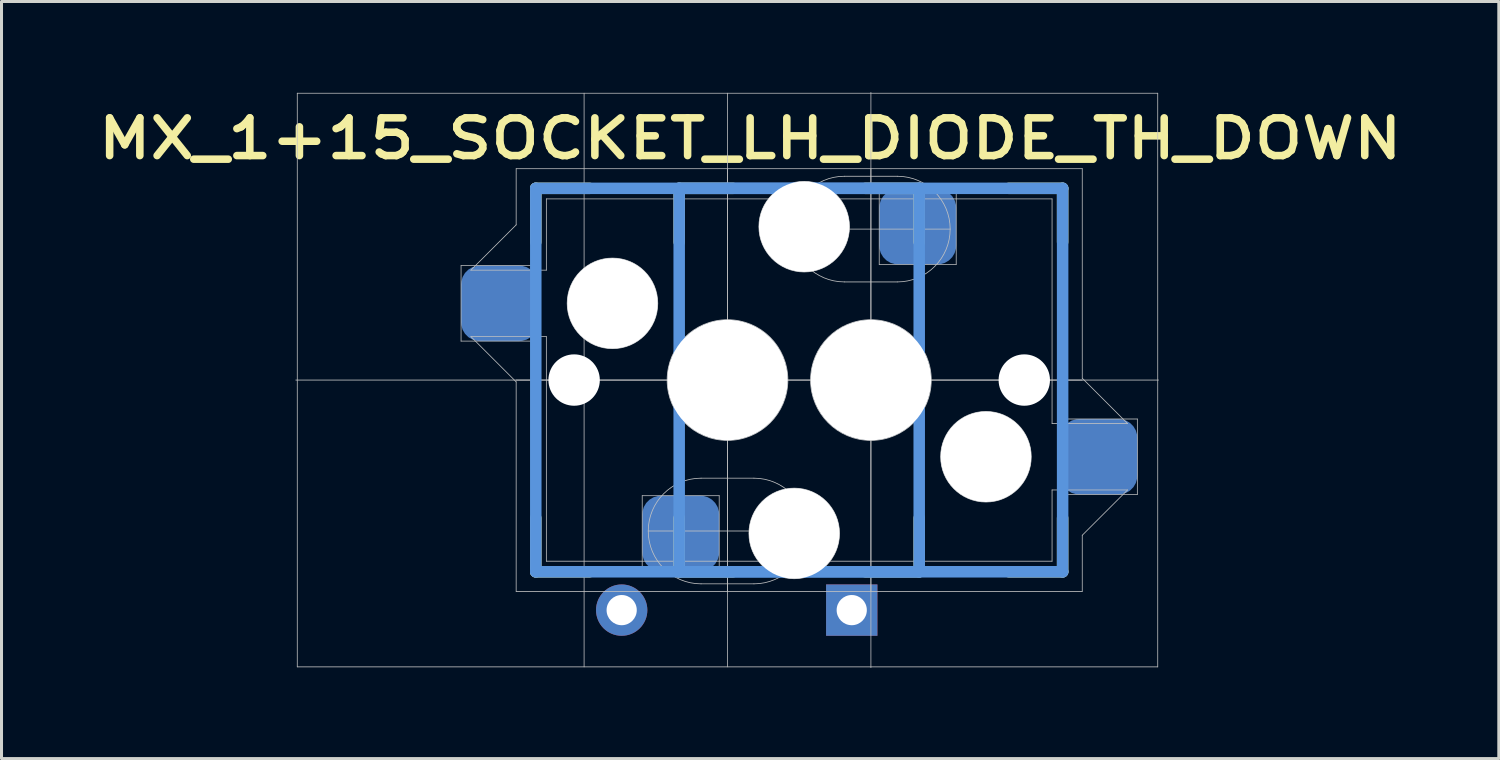
<source format=kicad_pcb>
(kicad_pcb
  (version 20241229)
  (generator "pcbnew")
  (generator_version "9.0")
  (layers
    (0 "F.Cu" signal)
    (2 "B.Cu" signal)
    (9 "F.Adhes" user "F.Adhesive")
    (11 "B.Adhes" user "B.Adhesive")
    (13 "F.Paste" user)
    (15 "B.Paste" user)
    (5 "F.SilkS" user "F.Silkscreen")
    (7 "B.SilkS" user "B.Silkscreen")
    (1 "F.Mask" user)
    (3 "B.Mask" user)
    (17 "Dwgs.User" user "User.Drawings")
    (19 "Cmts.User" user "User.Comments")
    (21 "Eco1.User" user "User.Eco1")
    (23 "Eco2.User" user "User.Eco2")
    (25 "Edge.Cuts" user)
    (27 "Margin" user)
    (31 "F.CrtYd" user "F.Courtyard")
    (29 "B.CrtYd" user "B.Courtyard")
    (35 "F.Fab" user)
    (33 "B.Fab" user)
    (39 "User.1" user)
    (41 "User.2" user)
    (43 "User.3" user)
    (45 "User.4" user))
  (footprint "MX_1+15_SOCKET_LH_DIODE_TH_DOWN"
    (layer "F.Cu")
    (at 25.796 9.538)
    (property "Reference" "MX_1+15_SOCKET_LH_DIODE_TH_DOWN" (at -4 -8 180) (layer "F.SilkS") (effects (font (size 1.25 1.5) (thickness 0.25))))
    (attr through_hole)
    (fp_line (start -11.1 -6.35) (end -9.322 -6.35) (stroke (width 0.381) (type solid)) (layer "F.SilkS"))
    (fp_line (start -11.1 -4.572) (end -11.1 -6.35) (stroke (width 0.381) (type solid)) (layer "F.SilkS"))
    (fp_line (start -11.1 6.35) (end -11.1 4.572) (stroke (width 0.381) (type solid)) (layer "F.SilkS"))
    (fp_line (start -9.322 6.35) (end -11.1 6.35) (stroke (width 0.381) (type solid)) (layer "F.SilkS"))
    (fp_line (start -6.35 -6.35) (end -4.572 -6.35) (stroke (width 0.381) (type solid)) (layer "F.SilkS"))
    (fp_line (start -6.35 -4.572) (end -6.35 -6.35) (stroke (width 0.381) (type solid)) (layer "F.SilkS"))
    (fp_line (start -6.35 6.35) (end -6.35 4.572) (stroke (width 0.381) (type solid)) (layer "F.SilkS"))
    (fp_line (start -4.572 6.35) (end -6.35 6.35) (stroke (width 0.381) (type solid)) (layer "F.SilkS"))
    (fp_line (start -0.178 -6.35) (end 1.6 -6.35) (stroke (width 0.381) (type solid)) (layer "F.SilkS"))
    (fp_line (start 1.6 -6.35) (end 1.6 -4.572) (stroke (width 0.381) (type solid)) (layer "F.SilkS"))
    (fp_line (start 1.6 4.572) (end 1.6 6.35) (stroke (width 0.381) (type solid)) (layer "F.SilkS"))
    (fp_line (start 1.6 6.35) (end -0.178 6.35) (stroke (width 0.381) (type solid)) (layer "F.SilkS"))
    (fp_line (start 4.572 -6.35) (end 6.35 -6.35) (stroke (width 0.381) (type solid)) (layer "F.SilkS"))
    (fp_line (start 6.35 -6.35) (end 6.35 -4.572) (stroke (width 0.381) (type solid)) (layer "F.SilkS"))
    (fp_line (start 6.35 4.572) (end 6.35 6.35) (stroke (width 0.381) (type solid)) (layer "F.SilkS"))
    (fp_line (start 6.35 6.35) (end 4.572 6.35) (stroke (width 0.381) (type solid)) (layer "F.SilkS"))
    (fp_line (start -19 -9.5) (end -19 9.5) (stroke (width 0.025) (type solid)) (layer "Dwgs.User"))
    (fp_line (start -19 9.5) (end 9.5 9.5) (stroke (width 0.025) (type solid)) (layer "Dwgs.User"))
    (fp_line (start -13.575 -3.79) (end -13.575 -1.29) (stroke (width 0.025) (type solid)) (layer "Dwgs.User"))
    (fp_line (start -13.575 -1.29) (end -11.025 -1.29) (stroke (width 0.025) (type solid)) (layer "Dwgs.User"))
    (fp_line (start -13.25 -3.64) (end -11.75 -5.14) (stroke (width 0.025) (type solid)) (layer "Dwgs.User"))
    (fp_line (start -13.25 -3.64) (end -10.75 -3.64) (stroke (width 0.025) (type solid)) (layer "Dwgs.User"))
    (fp_line (start -11.75 -5.14) (end -11.75 -7) (stroke (width 0.025) (type solid)) (layer "Dwgs.User"))
    (fp_line (start -11.75 0.06) (end -13.25 -1.44) (stroke (width 0.025) (type solid)) (layer "Dwgs.User"))
    (fp_line (start -11.75 7) (end -11.75 0.06) (stroke (width 0.025) (type solid)) (layer "Dwgs.User"))
    (fp_line (start -11.75 7) (end 7 7) (stroke (width 0.025) (type solid)) (layer "Dwgs.User"))
    (fp_line (start -11.025 -3.79) (end -13.575 -3.79) (stroke (width 0.025) (type solid)) (layer "Dwgs.User"))
    (fp_line (start -11.025 -1.29) (end -11.025 -3.79) (stroke (width 0.025) (type solid)) (layer "Dwgs.User"))
    (fp_line (start -10.75 -3.64) (end -10.75 -6) (stroke (width 0.025) (type solid)) (layer "Dwgs.User"))
    (fp_line (start -10.75 -1.44) (end -13.25 -1.44) (stroke (width 0.025) (type solid)) (layer "Dwgs.User"))
    (fp_line (start -10.75 6) (end -10.75 -1.44) (stroke (width 0.025) (type solid)) (layer "Dwgs.User"))
    (fp_line (start -9.5 -9.5) (end -9.5 9.5) (stroke (width 0.025) (type solid)) (layer "Dwgs.User"))
    (fp_line (start -7.575 3.83) (end -7.575 6.33) (stroke (width 0.025) (type solid)) (layer "Dwgs.User"))
    (fp_line (start -7.575 6.33) (end -5.025 6.33) (stroke (width 0.025) (type solid)) (layer "Dwgs.User"))
    (fp_line (start -5.025 3.83) (end -7.575 3.83) (stroke (width 0.025) (type solid)) (layer "Dwgs.User"))
    (fp_line (start -5.025 6.33) (end -5.025 3.83) (stroke (width 0.025) (type solid)) (layer "Dwgs.User"))
    (fp_line (start -4.75 -9.5) (end -4.75 9.5) (stroke (width 0.025) (type solid)) (layer "Dwgs.User"))
    (fp_line (start -4.75 7) (end -4.75 -7) (stroke (width 0.025) (type solid)) (layer "Dwgs.User"))
    (fp_line (start -3.875 3.25) (end -5.625 3.25) (stroke (width 0.025) (type solid)) (layer "Dwgs.User"))
    (fp_line (start -3.875 6.75) (end -5.625 6.75) (stroke (width 0.025) (type solid)) (layer "Dwgs.User"))
    (fp_line (start -2.625 -5) (end 2.625 -5) (stroke (width 0.025) (type solid)) (layer "Dwgs.User"))
    (fp_line (start -2.125 5) (end -7.375 5) (stroke (width 0.025) (type solid)) (layer "Dwgs.User"))
    (fp_line (start -0.875 -6.75) (end 0.875 -6.75) (stroke (width 0.025) (type solid)) (layer "Dwgs.User"))
    (fp_line (start -0.875 -3.25) (end 0.875 -3.25) (stroke (width 0.025) (type solid)) (layer "Dwgs.User"))
    (fp_line (start 0 -9.525) (end 0 9.525) (stroke (width 0.025) (type solid)) (layer "Dwgs.User"))
    (fp_line (start 0 7) (end 0 -7) (stroke (width 0.025) (type solid)) (layer "Dwgs.User"))
    (fp_line (start 0.275 -6.33) (end 0.275 -3.83) (stroke (width 0.025) (type solid)) (layer "Dwgs.User"))
    (fp_line (start 0.275 -3.83) (end 2.825 -3.83) (stroke (width 0.025) (type solid)) (layer "Dwgs.User"))
    (fp_line (start 2.825 -6.33) (end 0.275 -6.33) (stroke (width 0.025) (type solid)) (layer "Dwgs.User"))
    (fp_line (start 2.825 -3.83) (end 2.825 -6.33) (stroke (width 0.025) (type solid)) (layer "Dwgs.User"))
    (fp_line (start 6 -6) (end -10.75 -6) (stroke (width 0.025) (type solid)) (layer "Dwgs.User"))
    (fp_line (start 6 -6) (end 6 1.44) (stroke (width 0.025) (type solid)) (layer "Dwgs.User"))
    (fp_line (start 6 1.44) (end 8.5 1.44) (stroke (width 0.025) (type solid)) (layer "Dwgs.User"))
    (fp_line (start 6 3.64) (end 6 6) (stroke (width 0.025) (type solid)) (layer "Dwgs.User"))
    (fp_line (start 6 6) (end -10.75 6) (stroke (width 0.025) (type solid)) (layer "Dwgs.User"))
    (fp_line (start 6.275 1.29) (end 6.275 3.79) (stroke (width 0.025) (type solid)) (layer "Dwgs.User"))
    (fp_line (start 6.275 3.79) (end 8.825 3.79) (stroke (width 0.025) (type solid)) (layer "Dwgs.User"))
    (fp_line (start 7 -7) (end -11.75 -7) (stroke (width 0.025) (type solid)) (layer "Dwgs.User"))
    (fp_line (start 7 -7) (end 7 -0.06) (stroke (width 0.025) (type solid)) (layer "Dwgs.User"))
    (fp_line (start 7 -0.06) (end 8.5 1.44) (stroke (width 0.025) (type solid)) (layer "Dwgs.User"))
    (fp_line (start 7 0) (end -11.75 0) (stroke (width 0.025) (type solid)) (layer "Dwgs.User"))
    (fp_line (start 7 5.14) (end 7 7) (stroke (width 0.025) (type solid)) (layer "Dwgs.User"))
    (fp_line (start 8.5 3.64) (end 6 3.64) (stroke (width 0.025) (type solid)) (layer "Dwgs.User"))
    (fp_line (start 8.5 3.64) (end 7 5.14) (stroke (width 0.025) (type solid)) (layer "Dwgs.User"))
    (fp_line (start 8.825 1.29) (end 6.275 1.29) (stroke (width 0.025) (type solid)) (layer "Dwgs.User"))
    (fp_line (start 8.825 3.79) (end 8.825 1.29) (stroke (width 0.025) (type solid)) (layer "Dwgs.User"))
    (fp_line (start 9.5 -9.5) (end -19 -9.5) (stroke (width 0.025) (type solid)) (layer "Dwgs.User"))
    (fp_line (start 9.5 9.5) (end 9.5 -9.5) (stroke (width 0.025) (type solid)) (layer "Dwgs.User"))
    (fp_line (start 9.525 0) (end -19.05 0) (stroke (width 0.025) (type solid)) (layer "Dwgs.User"))
    (fp_arc (start -5.625 6.75) (mid -7.375 5) (end -5.625 3.25) (stroke (width 0.0254) (type solid)) (layer "Dwgs.User"))
    (fp_arc (start -3.875 3.25) (mid -2.125 5) (end -3.875 6.75) (stroke (width 0.0254) (type solid)) (layer "Dwgs.User"))
    (fp_arc (start -0.875 -3.25) (mid -2.625 -5) (end -0.875 -6.75) (stroke (width 0.0254) (type solid)) (layer "Dwgs.User"))
    (fp_arc (start 0.875 -6.75) (mid 2.625 -5) (end 0.875 -3.25) (stroke (width 0.0254) (type solid)) (layer "Dwgs.User"))
    (fp_circle (center -8.56 -2.54) (end -8.56 -1.84) (stroke (width 0.025) (type solid)) (fill no) (layer "Dwgs.User"))
    (fp_circle (center -8.56 -2.54) (end -8.56 -1.44) (stroke (width 0.025) (type solid)) (fill no) (layer "Dwgs.User"))
    (fp_circle (center -8.56 -2.54) (end -8.56 -1.04) (stroke (width 0.025) (type solid)) (fill no) (layer "Dwgs.User"))
    (fp_circle (center -4.75 0) (end -4.75 2) (stroke (width 0.025) (type solid)) (fill no) (layer "Dwgs.User"))
    (fp_circle (center -2.54 5.08) (end -2.54 5.78) (stroke (width 0.025) (type solid)) (fill no) (layer "Dwgs.User"))
    (fp_circle (center -2.54 5.08) (end -2.54 6.18) (stroke (width 0.025) (type solid)) (fill no) (layer "Dwgs.User"))
    (fp_circle (center -2.54 5.08) (end -2.54 6.58) (stroke (width 0.025) (type solid)) (fill no) (layer "Dwgs.User"))
    (fp_circle (center -2.21 -5.08) (end -2.21 -4.38) (stroke (width 0.025) (type solid)) (fill no) (layer "Dwgs.User"))
    (fp_circle (center -2.21 -5.08) (end -2.21 -3.98) (stroke (width 0.025) (type solid)) (fill no) (layer "Dwgs.User"))
    (fp_circle (center -2.21 -5.08) (end -2.21 -3.58) (stroke (width 0.025) (type solid)) (fill no) (layer "Dwgs.User"))
    (fp_circle (center 0 0) (end 0 2) (stroke (width 0.025) (type solid)) (fill no) (layer "Dwgs.User"))
    (fp_circle (center 3.81 2.54) (end 3.81 3.24) (stroke (width 0.025) (type solid)) (fill no) (layer "Dwgs.User"))
    (fp_circle (center 3.81 2.54) (end 3.81 3.64) (stroke (width 0.025) (type solid)) (fill no) (layer "Dwgs.User"))
    (fp_circle (center 3.81 2.54) (end 3.81 4.04) (stroke (width 0.025) (type solid)) (fill no) (layer "Dwgs.User"))
    (fp_line (start -11.1 -6.35) (end 1.6 -6.35) (stroke (width 0.381) (type solid)) (layer "Cmts.User"))
    (fp_line (start -11.1 6.35) (end -11.1 -6.35) (stroke (width 0.381) (type solid)) (layer "Cmts.User"))
    (fp_line (start -6.35 -6.35) (end 6.35 -6.35) (stroke (width 0.381) (type solid)) (layer "Cmts.User"))
    (fp_line (start -6.35 6.35) (end -6.35 -6.35) (stroke (width 0.381) (type solid)) (layer "Cmts.User"))
    (fp_line (start 1.6 -6.35) (end 1.6 6.35) (stroke (width 0.381) (type solid)) (layer "Cmts.User"))
    (fp_line (start 1.6 6.35) (end -11.1 6.35) (stroke (width 0.381) (type solid)) (layer "Cmts.User"))
    (fp_line (start 6.35 -6.35) (end 6.35 6.35) (stroke (width 0.381) (type solid)) (layer "Cmts.User"))
    (fp_line (start 6.35 6.35) (end -6.35 6.35) (stroke (width 0.381) (type solid)) (layer "Cmts.User"))
    (fp_line (start -9.5 -9.5) (end 9.5 -9.5) (stroke (width 0.025) (type solid)) (layer "Eco2.User"))
    (fp_line (start -9.5 9.5) (end -9.5 -9.5) (stroke (width 0.025) (type solid)) (layer "Eco2.User"))
    (fp_line (start 9.5 -9.5) (end 9.5 9.5) (stroke (width 0.025) (type solid)) (layer "Eco2.User"))
    (fp_line (start 9.5 9.5) (end -9.5 9.5) (stroke (width 0.025) (type solid)) (layer "Eco2.User"))
    (pad "" np_thru_hole circle (at -9.83 0) (size 1.702 1.702) (drill 1.702) (layers "*.Cu" "*.Mask"))
    (pad "" np_thru_hole circle (at -8.56 -2.54) (size 3 3) (drill 3) (layers "*.Cu" "*.Mask"))
    (pad "" np_thru_hole circle (at -4.75 0) (size 3.988 3.988) (drill 3.988) (layers "*.Cu" "*.Mask"))
    (pad "" np_thru_hole circle (at -2.54 5.08 180) (size 3 3) (drill 3) (layers "*.Cu" "*.Mask"))
    (pad "" np_thru_hole circle (at -2.21 -5.08) (size 3 3) (drill 3) (layers "*.Cu" "*.Mask"))
    (pad "" np_thru_hole circle (at 0 0 180) (size 3.988 3.988) (drill 3.988) (layers "*.Cu" "*.Mask"))
    (pad "" np_thru_hole circle (at 3.81 2.54 180) (size 3 3) (drill 3) (layers "*.Cu" "*.Mask"))
    (pad "" np_thru_hole circle (at 5.08 0 180) (size 1.702 1.702) (drill 1.702) (layers "*.Cu" "*.Mask"))
    (pad "1" smd roundrect (at 1.55 -5.08) (size 2.55 2.5) (layers "B.Cu" "B.Mask" "B.Paste") (roundrect_rratio 0.25))
    (pad "1" smd roundrect (at 7.55 2.54 180) (size 2.55 2.5) (layers "B.Cu" "B.Mask" "B.Paste") (roundrect_rratio 0.25))
    (pad "2" smd roundrect (at -12.3 -2.54) (size 2.55 2.5) (layers "B.Cu" "B.Mask" "B.Paste") (roundrect_rratio 0.25))
    (pad "2" smd roundrect (at -6.3 5.08 180) (size 2.55 2.5) (layers "B.Cu" "B.Mask" "B.Paste") (roundrect_rratio 0.25))
    (pad "3" thru_hole circle (at -8.255 7.62) (size 1.7 1.7) (drill 1) (layers "*.Cu" "*.Mask"))
    (pad "4" thru_hole rect (at -0.635 7.62) (size 1.7 1.7) (drill 1) (layers "*.Cu" "*.Mask")))
  (gr_rect
    (start -3 -3)
    (end 46.593 22.075)
    (stroke (width 0.1) (type default))
    (fill no)
    (layer "Edge.Cuts")))
</source>
